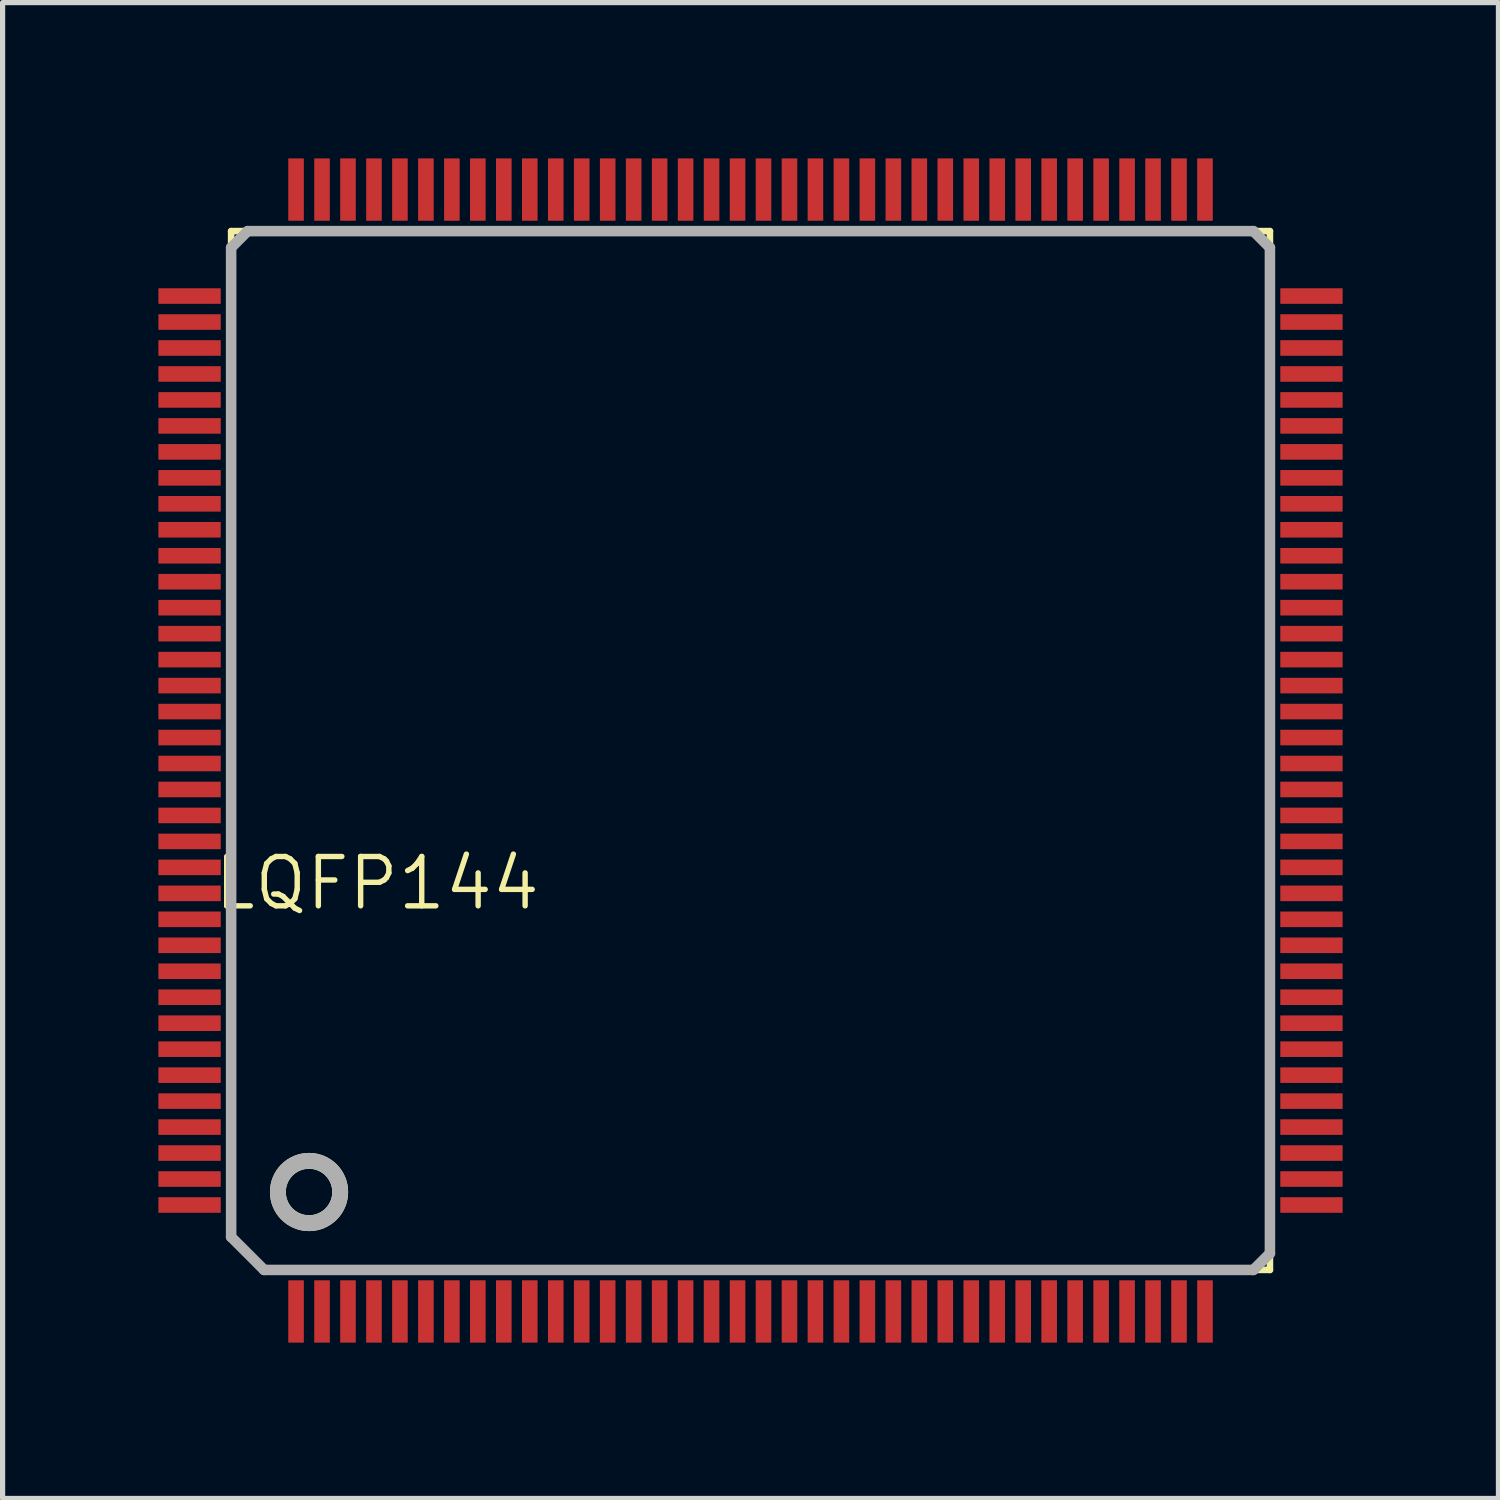
<source format=kicad_pcb>
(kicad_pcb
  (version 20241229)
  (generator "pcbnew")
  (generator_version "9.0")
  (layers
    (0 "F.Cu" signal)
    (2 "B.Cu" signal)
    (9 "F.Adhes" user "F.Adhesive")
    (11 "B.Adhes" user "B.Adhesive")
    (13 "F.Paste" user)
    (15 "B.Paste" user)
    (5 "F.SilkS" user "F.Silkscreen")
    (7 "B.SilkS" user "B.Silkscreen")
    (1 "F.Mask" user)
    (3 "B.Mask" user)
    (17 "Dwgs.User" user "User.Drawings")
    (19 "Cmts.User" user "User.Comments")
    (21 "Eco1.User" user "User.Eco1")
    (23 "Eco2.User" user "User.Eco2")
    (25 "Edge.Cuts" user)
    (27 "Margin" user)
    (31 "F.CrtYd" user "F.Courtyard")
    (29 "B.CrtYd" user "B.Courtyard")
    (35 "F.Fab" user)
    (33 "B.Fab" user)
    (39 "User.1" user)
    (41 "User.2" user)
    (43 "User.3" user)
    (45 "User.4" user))
  (footprint "LQFP144"
    (layer "F.Cu")
    (at 11.4 11.4)
    (property "Reference" "LQFP144" (at -4 2 0) (layer "F.SilkS") (effects (font (size 0.95 0.95) (thickness 0.104)) (justify right top)))
    (attr through_hole)
    (fp_line (start -10 -10) (end -9 -10) (stroke (width 0.127) (type solid)) (layer "F.SilkS"))
    (fp_line (start -10 -9) (end -10 -10) (stroke (width 0.127) (type solid)) (layer "F.SilkS"))
    (fp_line (start -10 9) (end -10 9.4) (stroke (width 0.127) (type solid)) (layer "F.SilkS"))
    (fp_line (start -10 9.4) (end -9.4 10) (stroke (width 0.127) (type solid)) (layer "F.SilkS"))
    (fp_line (start -9.4 10) (end -9 10) (stroke (width 0.127) (type solid)) (layer "F.SilkS"))
    (fp_line (start 9 10) (end 10 10) (stroke (width 0.127) (type solid)) (layer "F.SilkS"))
    (fp_line (start 10 -10) (end 9 -10) (stroke (width 0.127) (type solid)) (layer "F.SilkS"))
    (fp_line (start 10 -9) (end 10 -10) (stroke (width 0.127) (type solid)) (layer "F.SilkS"))
    (fp_line (start 10 10) (end 10 9.2) (stroke (width 0.127) (type solid)) (layer "F.SilkS"))
    (fp_circle (center -8.5 8.5) (end -7.9 8.5) (stroke (width 0.305) (type solid)) (fill no) (layer "F.SilkS"))
    (fp_line (start -10 -9.682) (end -9.682 -10) (stroke (width 0.203) (type solid)) (layer "F.Fab"))
    (fp_line (start -10 9.365) (end -10 -9.682) (stroke (width 0.203) (type solid)) (layer "F.Fab"))
    (fp_line (start -9.682 -10) (end 9.682 -10) (stroke (width 0.203) (type solid)) (layer "F.Fab"))
    (fp_line (start -9.365 10) (end -10 9.365) (stroke (width 0.203) (type solid)) (layer "F.Fab"))
    (fp_line (start 9.682 -10) (end 10 -9.682) (stroke (width 0.203) (type solid)) (layer "F.Fab"))
    (fp_line (start 9.682 10) (end -9.365 10) (stroke (width 0.203) (type solid)) (layer "F.Fab"))
    (fp_line (start 10 -9.682) (end 10 9.682) (stroke (width 0.203) (type solid)) (layer "F.Fab"))
    (fp_line (start 10 9.682) (end 9.682 10) (stroke (width 0.203) (type solid)) (layer "F.Fab"))
    (fp_circle (center -8.5 8.5) (end -7.9 8.5) (stroke (width 0.305) (type solid)) (fill no) (layer "F.Fab"))
    (pad "1" smd rect (at -8.75 10.8) (size 0.3 1.2) (layers "F.Cu" "F.Mask" "F.Paste"))
    (pad "2" smd rect (at -8.25 10.8) (size 0.3 1.2) (layers "F.Cu" "F.Mask" "F.Paste"))
    (pad "3" smd rect (at -7.75 10.8) (size 0.3 1.2) (layers "F.Cu" "F.Mask" "F.Paste"))
    (pad "4" smd rect (at -7.25 10.8) (size 0.3 1.2) (layers "F.Cu" "F.Mask" "F.Paste"))
    (pad "5" smd rect (at -6.75 10.8) (size 0.3 1.2) (layers "F.Cu" "F.Mask" "F.Paste"))
    (pad "6" smd rect (at -6.25 10.8) (size 0.3 1.2) (layers "F.Cu" "F.Mask" "F.Paste"))
    (pad "7" smd rect (at -5.75 10.8) (size 0.3 1.2) (layers "F.Cu" "F.Mask" "F.Paste"))
    (pad "8" smd rect (at -5.25 10.8) (size 0.3 1.2) (layers "F.Cu" "F.Mask" "F.Paste"))
    (pad "9" smd rect (at -4.75 10.8) (size 0.3 1.2) (layers "F.Cu" "F.Mask" "F.Paste"))
    (pad "10" smd rect (at -4.25 10.8) (size 0.3 1.2) (layers "F.Cu" "F.Mask" "F.Paste"))
    (pad "11" smd rect (at -3.75 10.8) (size 0.3 1.2) (layers "F.Cu" "F.Mask" "F.Paste"))
    (pad "12" smd rect (at -3.25 10.8) (size 0.3 1.2) (layers "F.Cu" "F.Mask" "F.Paste"))
    (pad "13" smd rect (at -2.75 10.8) (size 0.3 1.2) (layers "F.Cu" "F.Mask" "F.Paste"))
    (pad "14" smd rect (at -2.25 10.8) (size 0.3 1.2) (layers "F.Cu" "F.Mask" "F.Paste"))
    (pad "15" smd rect (at -1.75 10.8) (size 0.3 1.2) (layers "F.Cu" "F.Mask" "F.Paste"))
    (pad "16" smd rect (at -1.25 10.8) (size 0.3 1.2) (layers "F.Cu" "F.Mask" "F.Paste"))
    (pad "17" smd rect (at -0.75 10.8) (size 0.3 1.2) (layers "F.Cu" "F.Mask" "F.Paste"))
    (pad "18" smd rect (at -0.25 10.8) (size 0.3 1.2) (layers "F.Cu" "F.Mask" "F.Paste"))
    (pad "19" smd rect (at 0.25 10.8) (size 0.3 1.2) (layers "F.Cu" "F.Mask" "F.Paste"))
    (pad "20" smd rect (at 0.75 10.8) (size 0.3 1.2) (layers "F.Cu" "F.Mask" "F.Paste"))
    (pad "21" smd rect (at 1.25 10.8) (size 0.3 1.2) (layers "F.Cu" "F.Mask" "F.Paste"))
    (pad "22" smd rect (at 1.75 10.8) (size 0.3 1.2) (layers "F.Cu" "F.Mask" "F.Paste"))
    (pad "23" smd rect (at 2.25 10.8) (size 0.3 1.2) (layers "F.Cu" "F.Mask" "F.Paste"))
    (pad "24" smd rect (at 2.75 10.8) (size 0.3 1.2) (layers "F.Cu" "F.Mask" "F.Paste"))
    (pad "25" smd rect (at 3.25 10.8) (size 0.3 1.2) (layers "F.Cu" "F.Mask" "F.Paste"))
    (pad "26" smd rect (at 3.75 10.8) (size 0.3 1.2) (layers "F.Cu" "F.Mask" "F.Paste"))
    (pad "27" smd rect (at 4.25 10.8) (size 0.3 1.2) (layers "F.Cu" "F.Mask" "F.Paste"))
    (pad "28" smd rect (at 4.75 10.8) (size 0.3 1.2) (layers "F.Cu" "F.Mask" "F.Paste"))
    (pad "29" smd rect (at 5.25 10.8) (size 0.3 1.2) (layers "F.Cu" "F.Mask" "F.Paste"))
    (pad "30" smd rect (at 5.75 10.8) (size 0.3 1.2) (layers "F.Cu" "F.Mask" "F.Paste"))
    (pad "31" smd rect (at 6.25 10.8) (size 0.3 1.2) (layers "F.Cu" "F.Mask" "F.Paste"))
    (pad "32" smd rect (at 6.75 10.8) (size 0.3 1.2) (layers "F.Cu" "F.Mask" "F.Paste"))
    (pad "33" smd rect (at 7.25 10.8) (size 0.3 1.2) (layers "F.Cu" "F.Mask" "F.Paste"))
    (pad "34" smd rect (at 7.75 10.8) (size 0.3 1.2) (layers "F.Cu" "F.Mask" "F.Paste"))
    (pad "35" smd rect (at 8.25 10.8) (size 0.3 1.2) (layers "F.Cu" "F.Mask" "F.Paste"))
    (pad "36" smd rect (at 8.75 10.8) (size 0.3 1.2) (layers "F.Cu" "F.Mask" "F.Paste"))
    (pad "37" smd rect (at 10.8 8.75) (size 1.2 0.3) (layers "F.Cu" "F.Mask" "F.Paste"))
    (pad "38" smd rect (at 10.8 8.25) (size 1.2 0.3) (layers "F.Cu" "F.Mask" "F.Paste"))
    (pad "39" smd rect (at 10.8 7.75) (size 1.2 0.3) (layers "F.Cu" "F.Mask" "F.Paste"))
    (pad "40" smd rect (at 10.8 7.25) (size 1.2 0.3) (layers "F.Cu" "F.Mask" "F.Paste"))
    (pad "41" smd rect (at 10.8 6.75) (size 1.2 0.3) (layers "F.Cu" "F.Mask" "F.Paste"))
    (pad "42" smd rect (at 10.8 6.25) (size 1.2 0.3) (layers "F.Cu" "F.Mask" "F.Paste"))
    (pad "43" smd rect (at 10.8 5.75) (size 1.2 0.3) (layers "F.Cu" "F.Mask" "F.Paste"))
    (pad "44" smd rect (at 10.8 5.25) (size 1.2 0.3) (layers "F.Cu" "F.Mask" "F.Paste"))
    (pad "45" smd rect (at 10.8 4.75) (size 1.2 0.3) (layers "F.Cu" "F.Mask" "F.Paste"))
    (pad "46" smd rect (at 10.8 4.25) (size 1.2 0.3) (layers "F.Cu" "F.Mask" "F.Paste"))
    (pad "47" smd rect (at 10.8 3.75) (size 1.2 0.3) (layers "F.Cu" "F.Mask" "F.Paste"))
    (pad "48" smd rect (at 10.8 3.25) (size 1.2 0.3) (layers "F.Cu" "F.Mask" "F.Paste"))
    (pad "49" smd rect (at 10.8 2.75) (size 1.2 0.3) (layers "F.Cu" "F.Mask" "F.Paste"))
    (pad "50" smd rect (at 10.8 2.25) (size 1.2 0.3) (layers "F.Cu" "F.Mask" "F.Paste"))
    (pad "51" smd rect (at 10.8 1.75) (size 1.2 0.3) (layers "F.Cu" "F.Mask" "F.Paste"))
    (pad "52" smd rect (at 10.8 1.25) (size 1.2 0.3) (layers "F.Cu" "F.Mask" "F.Paste"))
    (pad "53" smd rect (at 10.8 0.75) (size 1.2 0.3) (layers "F.Cu" "F.Mask" "F.Paste"))
    (pad "54" smd rect (at 10.8 0.25) (size 1.2 0.3) (layers "F.Cu" "F.Mask" "F.Paste"))
    (pad "55" smd rect (at 10.8 -0.25) (size 1.2 0.3) (layers "F.Cu" "F.Mask" "F.Paste"))
    (pad "56" smd rect (at 10.8 -0.75) (size 1.2 0.3) (layers "F.Cu" "F.Mask" "F.Paste"))
    (pad "57" smd rect (at 10.8 -1.25) (size 1.2 0.3) (layers "F.Cu" "F.Mask" "F.Paste"))
    (pad "58" smd rect (at 10.8 -1.75) (size 1.2 0.3) (layers "F.Cu" "F.Mask" "F.Paste"))
    (pad "59" smd rect (at 10.8 -2.25) (size 1.2 0.3) (layers "F.Cu" "F.Mask" "F.Paste"))
    (pad "60" smd rect (at 10.8 -2.75) (size 1.2 0.3) (layers "F.Cu" "F.Mask" "F.Paste"))
    (pad "61" smd rect (at 10.8 -3.25) (size 1.2 0.3) (layers "F.Cu" "F.Mask" "F.Paste"))
    (pad "62" smd rect (at 10.8 -3.75) (size 1.2 0.3) (layers "F.Cu" "F.Mask" "F.Paste"))
    (pad "63" smd rect (at 10.8 -4.25) (size 1.2 0.3) (layers "F.Cu" "F.Mask" "F.Paste"))
    (pad "64" smd rect (at 10.8 -4.75) (size 1.2 0.3) (layers "F.Cu" "F.Mask" "F.Paste"))
    (pad "65" smd rect (at 10.8 -5.25) (size 1.2 0.3) (layers "F.Cu" "F.Mask" "F.Paste"))
    (pad "66" smd rect (at 10.8 -5.75) (size 1.2 0.3) (layers "F.Cu" "F.Mask" "F.Paste"))
    (pad "67" smd rect (at 10.8 -6.25) (size 1.2 0.3) (layers "F.Cu" "F.Mask" "F.Paste"))
    (pad "68" smd rect (at 10.8 -6.75) (size 1.2 0.3) (layers "F.Cu" "F.Mask" "F.Paste"))
    (pad "69" smd rect (at 10.8 -7.25) (size 1.2 0.3) (layers "F.Cu" "F.Mask" "F.Paste"))
    (pad "70" smd rect (at 10.8 -7.75) (size 1.2 0.3) (layers "F.Cu" "F.Mask" "F.Paste"))
    (pad "71" smd rect (at 10.8 -8.25) (size 1.2 0.3) (layers "F.Cu" "F.Mask" "F.Paste"))
    (pad "72" smd rect (at 10.8 -8.75) (size 1.2 0.3) (layers "F.Cu" "F.Mask" "F.Paste"))
    (pad "73" smd rect (at 8.75 -10.8) (size 0.3 1.2) (layers "F.Cu" "F.Mask" "F.Paste"))
    (pad "74" smd rect (at 8.25 -10.8) (size 0.3 1.2) (layers "F.Cu" "F.Mask" "F.Paste"))
    (pad "75" smd rect (at 7.75 -10.8) (size 0.3 1.2) (layers "F.Cu" "F.Mask" "F.Paste"))
    (pad "76" smd rect (at 7.25 -10.8) (size 0.3 1.2) (layers "F.Cu" "F.Mask" "F.Paste"))
    (pad "77" smd rect (at 6.75 -10.8) (size 0.3 1.2) (layers "F.Cu" "F.Mask" "F.Paste"))
    (pad "78" smd rect (at 6.25 -10.8) (size 0.3 1.2) (layers "F.Cu" "F.Mask" "F.Paste"))
    (pad "79" smd rect (at 5.75 -10.8) (size 0.3 1.2) (layers "F.Cu" "F.Mask" "F.Paste"))
    (pad "80" smd rect (at 5.25 -10.8) (size 0.3 1.2) (layers "F.Cu" "F.Mask" "F.Paste"))
    (pad "81" smd rect (at 4.75 -10.8) (size 0.3 1.2) (layers "F.Cu" "F.Mask" "F.Paste"))
    (pad "82" smd rect (at 4.25 -10.8) (size 0.3 1.2) (layers "F.Cu" "F.Mask" "F.Paste"))
    (pad "83" smd rect (at 3.75 -10.8) (size 0.3 1.2) (layers "F.Cu" "F.Mask" "F.Paste"))
    (pad "84" smd rect (at 3.25 -10.8) (size 0.3 1.2) (layers "F.Cu" "F.Mask" "F.Paste"))
    (pad "85" smd rect (at 2.75 -10.8) (size 0.3 1.2) (layers "F.Cu" "F.Mask" "F.Paste"))
    (pad "86" smd rect (at 2.25 -10.8) (size 0.3 1.2) (layers "F.Cu" "F.Mask" "F.Paste"))
    (pad "87" smd rect (at 1.75 -10.8) (size 0.3 1.2) (layers "F.Cu" "F.Mask" "F.Paste"))
    (pad "88" smd rect (at 1.25 -10.8) (size 0.3 1.2) (layers "F.Cu" "F.Mask" "F.Paste"))
    (pad "89" smd rect (at 0.75 -10.8) (size 0.3 1.2) (layers "F.Cu" "F.Mask" "F.Paste"))
    (pad "90" smd rect (at 0.25 -10.8) (size 0.3 1.2) (layers "F.Cu" "F.Mask" "F.Paste"))
    (pad "91" smd rect (at -0.25 -10.8) (size 0.3 1.2) (layers "F.Cu" "F.Mask" "F.Paste"))
    (pad "92" smd rect (at -0.75 -10.8) (size 0.3 1.2) (layers "F.Cu" "F.Mask" "F.Paste"))
    (pad "93" smd rect (at -1.25 -10.8) (size 0.3 1.2) (layers "F.Cu" "F.Mask" "F.Paste"))
    (pad "94" smd rect (at -1.75 -10.8) (size 0.3 1.2) (layers "F.Cu" "F.Mask" "F.Paste"))
    (pad "95" smd rect (at -2.25 -10.8) (size 0.3 1.2) (layers "F.Cu" "F.Mask" "F.Paste"))
    (pad "96" smd rect (at -2.75 -10.8) (size 0.3 1.2) (layers "F.Cu" "F.Mask" "F.Paste"))
    (pad "97" smd rect (at -3.25 -10.8) (size 0.3 1.2) (layers "F.Cu" "F.Mask" "F.Paste"))
    (pad "98" smd rect (at -3.75 -10.8) (size 0.3 1.2) (layers "F.Cu" "F.Mask" "F.Paste"))
    (pad "99" smd rect (at -4.25 -10.8) (size 0.3 1.2) (layers "F.Cu" "F.Mask" "F.Paste"))
    (pad "100" smd rect (at -4.75 -10.8) (size 0.3 1.2) (layers "F.Cu" "F.Mask" "F.Paste"))
    (pad "101" smd rect (at -5.25 -10.8) (size 0.3 1.2) (layers "F.Cu" "F.Mask" "F.Paste"))
    (pad "102" smd rect (at -5.75 -10.8) (size 0.3 1.2) (layers "F.Cu" "F.Mask" "F.Paste"))
    (pad "103" smd rect (at -6.25 -10.8) (size 0.3 1.2) (layers "F.Cu" "F.Mask" "F.Paste"))
    (pad "104" smd rect (at -6.75 -10.8) (size 0.3 1.2) (layers "F.Cu" "F.Mask" "F.Paste"))
    (pad "105" smd rect (at -7.25 -10.8) (size 0.3 1.2) (layers "F.Cu" "F.Mask" "F.Paste"))
    (pad "106" smd rect (at -7.75 -10.8) (size 0.3 1.2) (layers "F.Cu" "F.Mask" "F.Paste"))
    (pad "107" smd rect (at -8.25 -10.8) (size 0.3 1.2) (layers "F.Cu" "F.Mask" "F.Paste"))
    (pad "108" smd rect (at -8.75 -10.8) (size 0.3 1.2) (layers "F.Cu" "F.Mask" "F.Paste"))
    (pad "109" smd rect (at -10.8 -8.75) (size 1.2 0.3) (layers "F.Cu" "F.Mask" "F.Paste"))
    (pad "110" smd rect (at -10.8 -8.25) (size 1.2 0.3) (layers "F.Cu" "F.Mask" "F.Paste"))
    (pad "111" smd rect (at -10.8 -7.75) (size 1.2 0.3) (layers "F.Cu" "F.Mask" "F.Paste"))
    (pad "112" smd rect (at -10.8 -7.25) (size 1.2 0.3) (layers "F.Cu" "F.Mask" "F.Paste"))
    (pad "113" smd rect (at -10.8 -6.75) (size 1.2 0.3) (layers "F.Cu" "F.Mask" "F.Paste"))
    (pad "114" smd rect (at -10.8 -6.25) (size 1.2 0.3) (layers "F.Cu" "F.Mask" "F.Paste"))
    (pad "115" smd rect (at -10.8 -5.75) (size 1.2 0.3) (layers "F.Cu" "F.Mask" "F.Paste"))
    (pad "116" smd rect (at -10.8 -5.25) (size 1.2 0.3) (layers "F.Cu" "F.Mask" "F.Paste"))
    (pad "117" smd rect (at -10.8 -4.75) (size 1.2 0.3) (layers "F.Cu" "F.Mask" "F.Paste"))
    (pad "118" smd rect (at -10.8 -4.25) (size 1.2 0.3) (layers "F.Cu" "F.Mask" "F.Paste"))
    (pad "119" smd rect (at -10.8 -3.75) (size 1.2 0.3) (layers "F.Cu" "F.Mask" "F.Paste"))
    (pad "120" smd rect (at -10.8 -3.25) (size 1.2 0.3) (layers "F.Cu" "F.Mask" "F.Paste"))
    (pad "121" smd rect (at -10.8 -2.75) (size 1.2 0.3) (layers "F.Cu" "F.Mask" "F.Paste"))
    (pad "122" smd rect (at -10.8 -2.25) (size 1.2 0.3) (layers "F.Cu" "F.Mask" "F.Paste"))
    (pad "123" smd rect (at -10.8 -1.75) (size 1.2 0.3) (layers "F.Cu" "F.Mask" "F.Paste"))
    (pad "124" smd rect (at -10.8 -1.25) (size 1.2 0.3) (layers "F.Cu" "F.Mask" "F.Paste"))
    (pad "125" smd rect (at -10.8 -0.75) (size 1.2 0.3) (layers "F.Cu" "F.Mask" "F.Paste"))
    (pad "126" smd rect (at -10.8 -0.25) (size 1.2 0.3) (layers "F.Cu" "F.Mask" "F.Paste"))
    (pad "127" smd rect (at -10.8 0.25) (size 1.2 0.3) (layers "F.Cu" "F.Mask" "F.Paste"))
    (pad "128" smd rect (at -10.8 0.75) (size 1.2 0.3) (layers "F.Cu" "F.Mask" "F.Paste"))
    (pad "129" smd rect (at -10.8 1.25) (size 1.2 0.3) (layers "F.Cu" "F.Mask" "F.Paste"))
    (pad "130" smd rect (at -10.8 1.75) (size 1.2 0.3) (layers "F.Cu" "F.Mask" "F.Paste"))
    (pad "131" smd rect (at -10.8 2.25) (size 1.2 0.3) (layers "F.Cu" "F.Mask" "F.Paste"))
    (pad "132" smd rect (at -10.8 2.75) (size 1.2 0.3) (layers "F.Cu" "F.Mask" "F.Paste"))
    (pad "133" smd rect (at -10.8 3.25) (size 1.2 0.3) (layers "F.Cu" "F.Mask" "F.Paste"))
    (pad "134" smd rect (at -10.8 3.75) (size 1.2 0.3) (layers "F.Cu" "F.Mask" "F.Paste"))
    (pad "135" smd rect (at -10.8 4.25) (size 1.2 0.3) (layers "F.Cu" "F.Mask" "F.Paste"))
    (pad "136" smd rect (at -10.8 4.75) (size 1.2 0.3) (layers "F.Cu" "F.Mask" "F.Paste"))
    (pad "137" smd rect (at -10.8 5.25) (size 1.2 0.3) (layers "F.Cu" "F.Mask" "F.Paste"))
    (pad "138" smd rect (at -10.8 5.75) (size 1.2 0.3) (layers "F.Cu" "F.Mask" "F.Paste"))
    (pad "139" smd rect (at -10.8 6.25) (size 1.2 0.3) (layers "F.Cu" "F.Mask" "F.Paste"))
    (pad "140" smd rect (at -10.8 6.75) (size 1.2 0.3) (layers "F.Cu" "F.Mask" "F.Paste"))
    (pad "141" smd rect (at -10.8 7.25) (size 1.2 0.3) (layers "F.Cu" "F.Mask" "F.Paste"))
    (pad "142" smd rect (at -10.8 7.75) (size 1.2 0.3) (layers "F.Cu" "F.Mask" "F.Paste"))
    (pad "143" smd rect (at -10.8 8.25) (size 1.2 0.3) (layers "F.Cu" "F.Mask" "F.Paste"))
    (pad "144" smd rect (at -10.8 8.75) (size 1.2 0.3) (layers "F.Cu" "F.Mask" "F.Paste")))
  (gr_rect
    (start -3 -3)
    (end 25.8 25.8)
    (stroke (width 0.1) (type default))
    (fill no)
    (layer "Edge.Cuts")))
</source>
